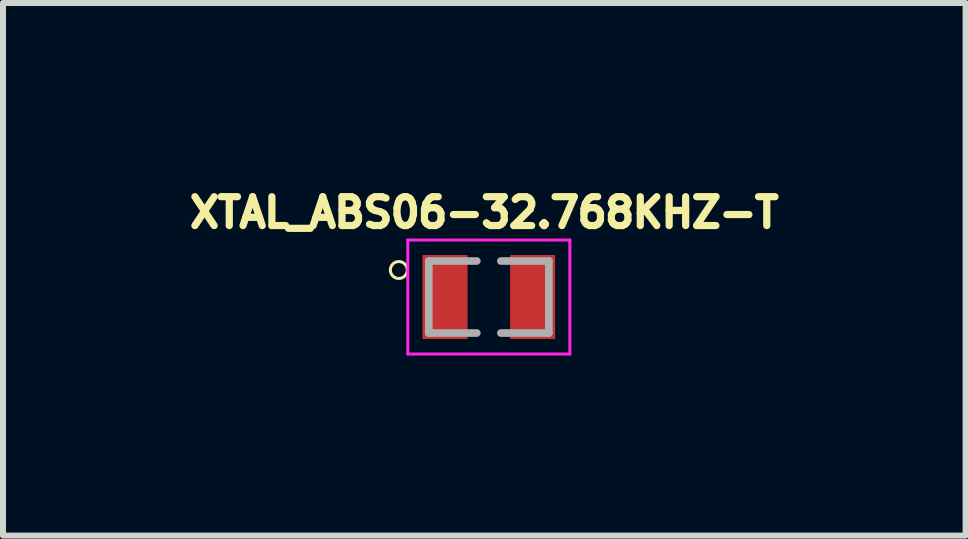
<source format=kicad_pcb>
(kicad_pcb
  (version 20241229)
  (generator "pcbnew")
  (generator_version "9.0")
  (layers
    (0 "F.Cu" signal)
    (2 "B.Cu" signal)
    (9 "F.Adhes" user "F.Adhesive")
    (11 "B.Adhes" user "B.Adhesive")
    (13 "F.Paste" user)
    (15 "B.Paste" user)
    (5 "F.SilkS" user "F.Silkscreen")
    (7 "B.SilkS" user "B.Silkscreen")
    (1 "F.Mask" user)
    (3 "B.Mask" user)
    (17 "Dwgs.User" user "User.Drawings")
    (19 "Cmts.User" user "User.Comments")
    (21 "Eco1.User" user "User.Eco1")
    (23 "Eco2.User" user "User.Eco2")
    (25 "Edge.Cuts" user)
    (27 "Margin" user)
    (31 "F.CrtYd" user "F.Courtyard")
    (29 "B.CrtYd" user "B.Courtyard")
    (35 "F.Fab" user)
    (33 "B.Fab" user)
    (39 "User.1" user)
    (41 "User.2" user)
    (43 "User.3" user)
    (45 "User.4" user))
  (footprint "XTAL_ABS06-32.768KHZ-T"
    (layer "F.Cu")
    (at 5.095 1.899)
    (property "Reference" "XTAL_ABS06-32.768KHZ-T" (at -0.076 -1.407 0) (layer "F.SilkS") (effects (font (size 0.481 0.481) (thickness 0.15))))
    (attr through_hole)
    (fp_circle (center -1.5 -0.45) (end -1.359 -0.45) (stroke (width 0.05) (type solid)) (fill no) (layer "F.SilkS"))
    (fp_line (start -1.35 -0.95) (end 1.35 -0.95) (stroke (width 0.05) (type solid)) (layer "F.CrtYd"))
    (fp_line (start -1.35 0.95) (end -1.35 -0.95) (stroke (width 0.05) (type solid)) (layer "F.CrtYd"))
    (fp_line (start 1.35 -0.95) (end 1.35 0.95) (stroke (width 0.05) (type solid)) (layer "F.CrtYd"))
    (fp_line (start 1.35 0.95) (end -1.35 0.95) (stroke (width 0.05) (type solid)) (layer "F.CrtYd"))
    (fp_line (start -1 -0.6) (end -0.2 -0.6) (stroke (width 0.127) (type solid)) (layer "F.Fab"))
    (fp_line (start -1 0.6) (end -1 -0.6) (stroke (width 0.127) (type solid)) (layer "F.Fab"))
    (fp_line (start -0.2 0.6) (end -1 0.6) (stroke (width 0.127) (type solid)) (layer "F.Fab"))
    (fp_line (start 0.2 -0.6) (end 1 -0.6) (stroke (width 0.127) (type solid)) (layer "F.Fab"))
    (fp_line (start 1 -0.6) (end 1 0.6) (stroke (width 0.127) (type solid)) (layer "F.Fab"))
    (fp_line (start 1 0.6) (end 0.2 0.6) (stroke (width 0.127) (type solid)) (layer "F.Fab"))
    (pad "1" smd rect (at -0.73 0) (size 0.75 1.4) (layers "F.Cu" "F.Mask" "F.Paste"))
    (pad "2" smd rect (at 0.73 0) (size 0.75 1.4) (layers "F.Cu" "F.Mask" "F.Paste")))
  (gr_rect
    (start -3 -3)
    (end 13.039 5.874)
    (stroke (width 0.1) (type default))
    (fill no)
    (layer "Edge.Cuts")))
</source>
